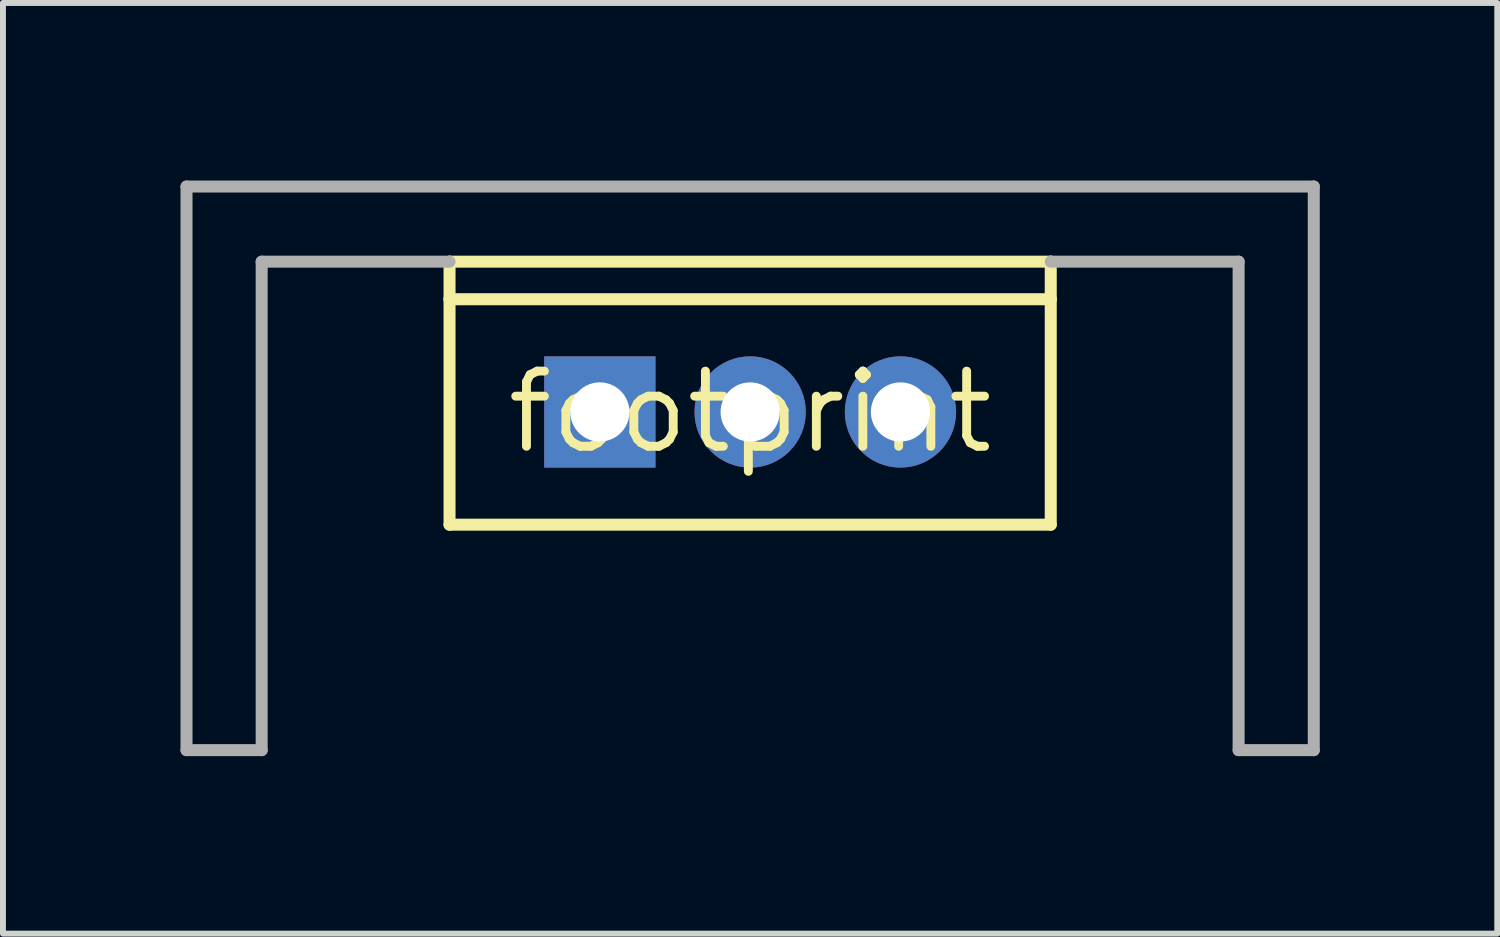
<source format=kicad_pcb>
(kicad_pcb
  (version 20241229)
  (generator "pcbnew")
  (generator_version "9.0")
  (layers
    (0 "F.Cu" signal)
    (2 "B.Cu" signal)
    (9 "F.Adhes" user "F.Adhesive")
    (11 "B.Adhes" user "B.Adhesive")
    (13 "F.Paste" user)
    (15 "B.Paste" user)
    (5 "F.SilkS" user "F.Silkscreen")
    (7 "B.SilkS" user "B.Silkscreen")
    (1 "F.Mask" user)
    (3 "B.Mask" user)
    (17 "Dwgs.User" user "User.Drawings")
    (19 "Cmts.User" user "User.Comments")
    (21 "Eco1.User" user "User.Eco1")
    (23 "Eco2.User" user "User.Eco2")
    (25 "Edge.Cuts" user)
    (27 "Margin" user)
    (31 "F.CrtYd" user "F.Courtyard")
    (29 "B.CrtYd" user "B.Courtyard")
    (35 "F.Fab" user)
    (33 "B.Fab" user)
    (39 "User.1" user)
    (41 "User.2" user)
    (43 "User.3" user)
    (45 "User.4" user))
  (footprint "footprint"
    (layer "F.Cu")
    (at 9.627 3.912)
    (property "Reference" "footprint" (at 0 0 0) (layer "F.SilkS") (effects (font (size 1.27 1.27) (thickness 0.15))))
    (fp_line (start -5.08 -2.54) (end 5.08 -2.54) (stroke (width 0.203) (type solid)) (layer "F.SilkS"))
    (fp_line (start -5.08 -1.905) (end -5.08 -2.54) (stroke (width 0.203) (type solid)) (layer "F.SilkS"))
    (fp_line (start -5.08 1.905) (end -5.08 -1.905) (stroke (width 0.203) (type solid)) (layer "F.SilkS"))
    (fp_line (start 5.08 -2.54) (end 5.08 -1.905) (stroke (width 0.203) (type solid)) (layer "F.SilkS"))
    (fp_line (start 5.08 -1.905) (end -5.08 -1.905) (stroke (width 0.203) (type solid)) (layer "F.SilkS"))
    (fp_line (start 5.08 -1.905) (end 5.08 1.905) (stroke (width 0.203) (type solid)) (layer "F.SilkS"))
    (fp_line (start 5.08 1.905) (end -5.08 1.905) (stroke (width 0.203) (type solid)) (layer "F.SilkS"))
    (fp_line (start -9.525 -3.81) (end -9.525 5.715) (stroke (width 0.203) (type solid)) (layer "F.Fab"))
    (fp_line (start -9.525 5.715) (end -8.255 5.715) (stroke (width 0.203) (type solid)) (layer "F.Fab"))
    (fp_line (start -8.255 -2.54) (end -5.08 -2.54) (stroke (width 0.203) (type solid)) (layer "F.Fab"))
    (fp_line (start -8.255 5.715) (end -8.255 -2.54) (stroke (width 0.203) (type solid)) (layer "F.Fab"))
    (fp_line (start 5.08 -2.54) (end 8.255 -2.54) (stroke (width 0.203) (type solid)) (layer "F.Fab"))
    (fp_line (start 8.255 -2.54) (end 8.255 5.715) (stroke (width 0.203) (type solid)) (layer "F.Fab"))
    (fp_line (start 8.255 5.715) (end 9.525 5.715) (stroke (width 0.203) (type solid)) (layer "F.Fab"))
    (fp_line (start 9.525 -3.81) (end -9.525 -3.81) (stroke (width 0.203) (type solid)) (layer "F.Fab"))
    (fp_line (start 9.525 5.715) (end 9.525 -3.81) (stroke (width 0.203) (type solid)) (layer "F.Fab"))
    (pad "GND" thru_hole circle (at 0 0) (size 1.88 1.88) (drill 1) (layers "*.Cu" "*.Mask"))
    (pad "IN" thru_hole rect (at -2.54 0) (size 1.88 1.88) (drill 1) (layers "*.Cu" "*.Mask"))
    (pad "OUT" thru_hole circle (at 2.54 0) (size 1.88 1.88) (drill 1) (layers "*.Cu" "*.Mask")))
  (gr_rect
    (start -3 -3)
    (end 22.253 12.728)
    (stroke (width 0.1) (type default))
    (fill no)
    (layer "Edge.Cuts")))
</source>
